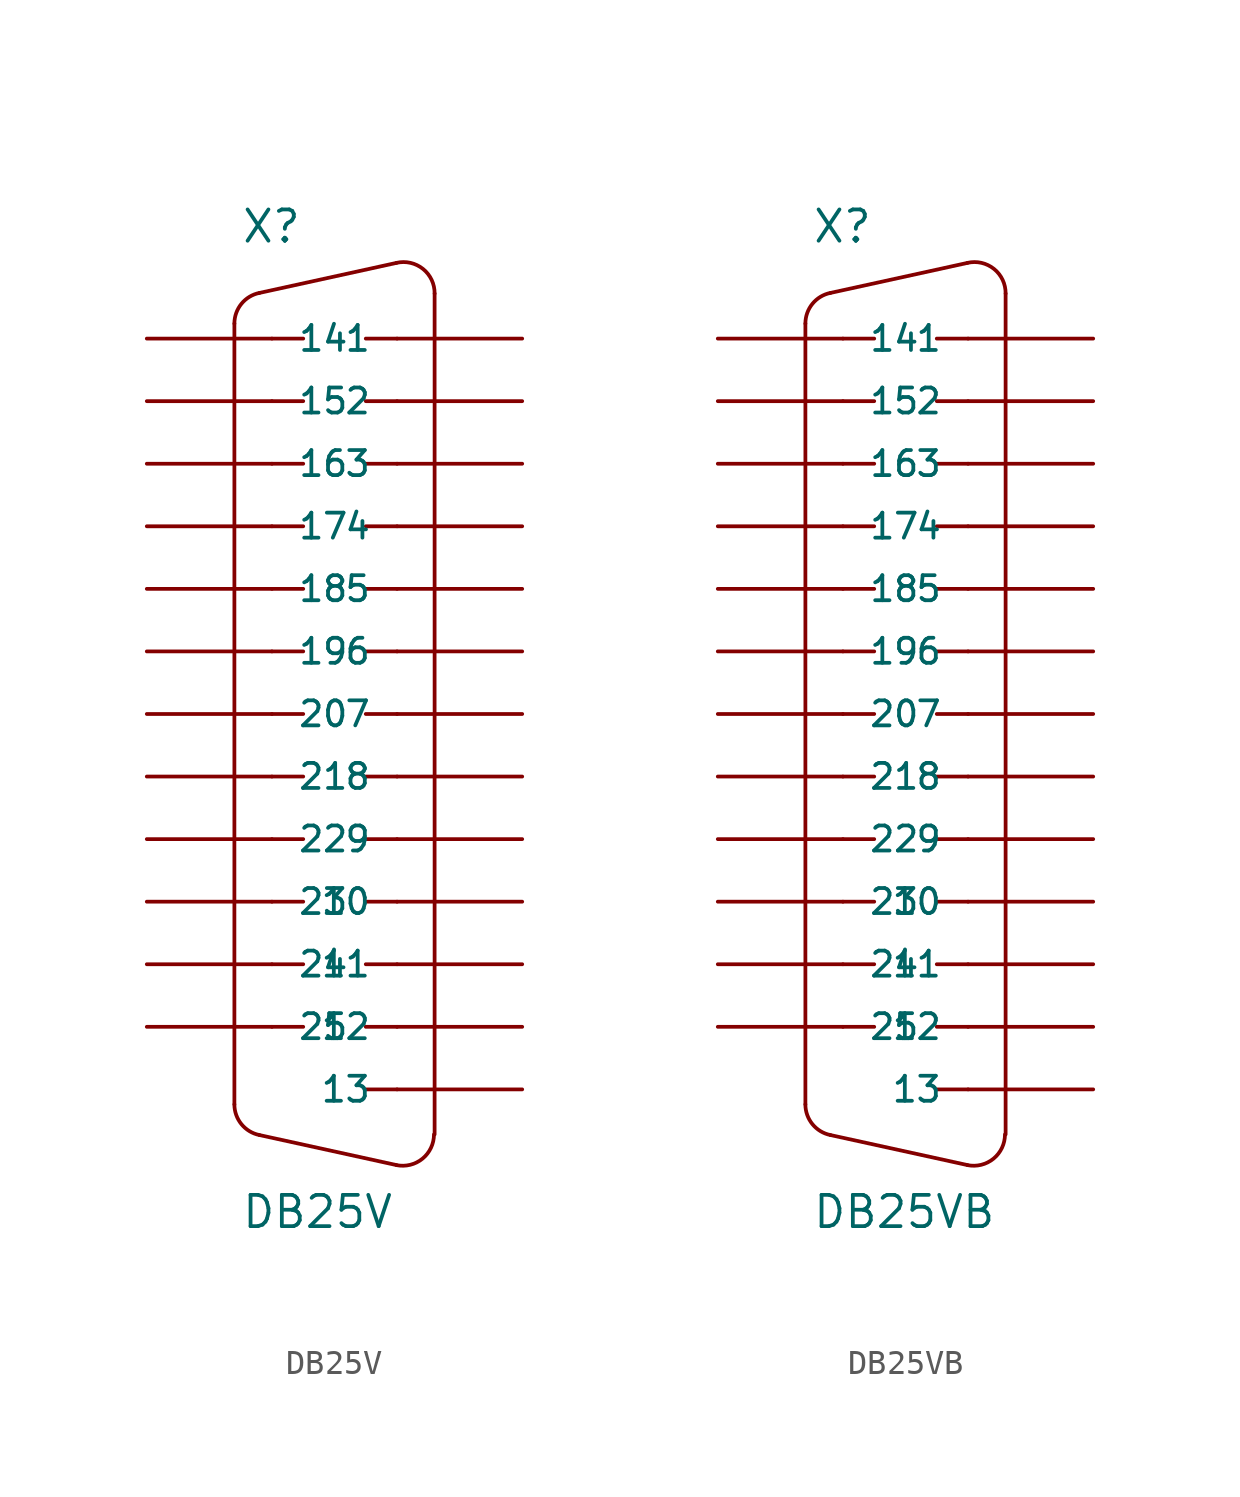
<source format=kicad_sym>
(kicad_symbol_lib
  (version 20211014)
  (generator kicad_symbol_editor)
  (symbol "DB25V"
    (pin_numbers hide)
    (pin_names
      (offset 1.016))
    (property "Reference" "X"
      (at -3.81 16.51 0)
      (effects (font (size 1.27 1.27)) (justify left bottom)))
    (property "Value" "DB25V"
      (at -3.81 -23.495 0)
      (effects (font (size 1.27 1.27)) (justify left bottom)))
    (property "Datasheet" ""
      (at 0 0 0)
      (effects (font (size 1.524 1.524))))
    (property "ki_locked" ""
      (at 0 0 0)
      (effects (font (size 1.27 1.27))))
    (symbol "DB25V_1_0"
      (polyline (pts (xy -4.064 13.31) (xy -4.064 -18.39)) (stroke (width 0) (type default) (color 0 0 0 0)) (fill (type none)))
      (polyline (pts (xy -2.54 -15.24) (xy -1.27 -15.24)) (stroke (width 0) (type default) (color 0 0 0 0)) (fill (type none)))
      (polyline (pts (xy -2.54 -12.7) (xy -1.27 -12.7)) (stroke (width 0) (type default) (color 0 0 0 0)) (fill (type none)))
      (polyline (pts (xy -2.54 -10.16) (xy -1.27 -10.16)) (stroke (width 0) (type default) (color 0 0 0 0)) (fill (type none)))
      (polyline (pts (xy -2.54 -7.62) (xy -1.27 -7.62)) (stroke (width 0) (type default) (color 0 0 0 0)) (fill (type none)))
      (polyline (pts (xy -2.54 -5.08) (xy -1.27 -5.08)) (stroke (width 0) (type default) (color 0 0 0 0)) (fill (type none)))
      (polyline (pts (xy -2.54 -2.54) (xy -1.27 -2.54)) (stroke (width 0) (type default) (color 0 0 0 0)) (fill (type none)))
      (polyline (pts (xy -2.54 0) (xy -1.27 0)) (stroke (width 0) (type default) (color 0 0 0 0)) (fill (type none)))
      (polyline (pts (xy -2.54 2.54) (xy -1.27 2.54)) (stroke (width 0) (type default) (color 0 0 0 0)) (fill (type none)))
      (polyline (pts (xy -2.54 5.08) (xy -1.27 5.08)) (stroke (width 0) (type default) (color 0 0 0 0)) (fill (type none)))
      (polyline (pts (xy -2.54 7.62) (xy -1.27 7.62)) (stroke (width 0) (type default) (color 0 0 0 0)) (fill (type none)))
      (polyline (pts (xy -2.54 10.16) (xy -1.27 10.16)) (stroke (width 0) (type default) (color 0 0 0 0)) (fill (type none)))
      (polyline (pts (xy -2.54 12.7) (xy -1.27 12.7)) (stroke (width 0) (type default) (color 0 0 0 0)) (fill (type none)))
      (polyline (pts (xy 1.27 -17.78) (xy 2.54 -17.78)) (stroke (width 0) (type default) (color 0 0 0 0)) (fill (type none)))
      (polyline (pts (xy 1.27 -15.24) (xy 2.54 -15.24)) (stroke (width 0) (type default) (color 0 0 0 0)) (fill (type none)))
      (polyline (pts (xy 1.27 -12.7) (xy 2.54 -12.7)) (stroke (width 0) (type default) (color 0 0 0 0)) (fill (type none)))
      (polyline (pts (xy 1.27 -10.16) (xy 2.54 -10.16)) (stroke (width 0) (type default) (color 0 0 0 0)) (fill (type none)))
      (polyline (pts (xy 1.27 -7.62) (xy 2.54 -7.62)) (stroke (width 0) (type default) (color 0 0 0 0)) (fill (type none)))
      (polyline (pts (xy 1.27 -5.08) (xy 2.54 -5.08)) (stroke (width 0) (type default) (color 0 0 0 0)) (fill (type none)))
      (polyline (pts (xy 1.27 -2.54) (xy 2.54 -2.54)) (stroke (width 0) (type default) (color 0 0 0 0)) (fill (type none)))
      (polyline (pts (xy 1.27 0) (xy 2.54 0)) (stroke (width 0) (type default) (color 0 0 0 0)) (fill (type none)))
      (polyline (pts (xy 1.27 2.54) (xy 2.54 2.54)) (stroke (width 0) (type default) (color 0 0 0 0)) (fill (type none)))
      (polyline (pts (xy 1.27 5.08) (xy 2.54 5.08)) (stroke (width 0) (type default) (color 0 0 0 0)) (fill (type none)))
      (polyline (pts (xy 1.27 7.62) (xy 2.54 7.62)) (stroke (width 0) (type default) (color 0 0 0 0)) (fill (type none)))
      (polyline (pts (xy 1.27 10.16) (xy 2.54 10.16)) (stroke (width 0) (type default) (color 0 0 0 0)) (fill (type none)))
      (polyline (pts (xy 1.27 12.7) (xy 2.54 12.7)) (stroke (width 0) (type default) (color 0 0 0 0)) (fill (type none)))
      (polyline (pts (xy 2.515 -20.853) (xy -3.048 -19.634)) (stroke (width 0) (type default) (color 0 0 0 0)) (fill (type none)))
      (polyline (pts (xy 2.515 15.773) (xy -3.048 14.554)) (stroke (width 0) (type default) (color 0 0 0 0)) (fill (type none)))
      (polyline (pts (xy 4.064 14.529) (xy 4.064 -19.609)) (stroke (width 0) (type default) (color 0 0 0 0)) (fill (type none))))
    (symbol "DB25V_1_1"
      (arc (start -4.064 -18.3896) (mid -3.7777 -19.1928) (end -3.048 -19.6342) (stroke (width 0) (type default) (color 0 0 0 0)) (fill (type none)))
      (arc (start -3.048 14.5542) (mid -3.7779 14.113) (end -4.064 13.3096) (stroke (width 0) (type default) (color 0 0 0 0)) (fill (type none)))
      (arc (start 2.5146 -20.8534) (mid 3.572 -20.5927) (end 4.0386 -19.6088) (stroke (width 0) (type default) (color 0 0 0 0)) (fill (type none)))
      (arc (start 4.064 14.5288) (mid 3.5879 15.5322) (end 2.5146 15.7734) (stroke (width 0) (type default) (color 0 0 0 0)) (fill (type none)))
      (pin passive line (at 7.62 12.7 180) (length 5.08) (name "1" (effects (font (size 1.016 1.016)))) (number "1" (effects (font (size 1.016 1.016)))))
      (pin passive line (at 7.62 -10.16 180) (length 5.08) (name "10" (effects (font (size 1.016 1.016)))) (number "10" (effects (font (size 1.016 1.016)))))
      (pin passive line (at 7.62 -12.7 180) (length 5.08) (name "11" (effects (font (size 1.016 1.016)))) (number "11" (effects (font (size 1.016 1.016)))))
      (pin passive line (at 7.62 -15.24 180) (length 5.08) (name "12" (effects (font (size 1.016 1.016)))) (number "12" (effects (font (size 1.016 1.016)))))
      (pin passive line (at 7.62 -17.78 180) (length 5.08) (name "13" (effects (font (size 1.016 1.016)))) (number "13" (effects (font (size 1.016 1.016)))))
      (pin passive line (at -7.62 12.7 0) (length 5.08) (name "14" (effects (font (size 1.016 1.016)))) (number "14" (effects (font (size 1.016 1.016)))))
      (pin passive line (at -7.62 10.16 0) (length 5.08) (name "15" (effects (font (size 1.016 1.016)))) (number "15" (effects (font (size 1.016 1.016)))))
      (pin passive line (at -7.62 7.62 0) (length 5.08) (name "16" (effects (font (size 1.016 1.016)))) (number "16" (effects (font (size 1.016 1.016)))))
      (pin passive line (at -7.62 5.08 0) (length 5.08) (name "17" (effects (font (size 1.016 1.016)))) (number "17" (effects (font (size 1.016 1.016)))))
      (pin passive line (at -7.62 2.54 0) (length 5.08) (name "18" (effects (font (size 1.016 1.016)))) (number "18" (effects (font (size 1.016 1.016)))))
      (pin passive line (at -7.62 0 0) (length 5.08) (name "19" (effects (font (size 1.016 1.016)))) (number "19" (effects (font (size 1.016 1.016)))))
      (pin passive line (at 7.62 10.16 180) (length 5.08) (name "2" (effects (font (size 1.016 1.016)))) (number "2" (effects (font (size 1.016 1.016)))))
      (pin passive line (at -7.62 -2.54 0) (length 5.08) (name "20" (effects (font (size 1.016 1.016)))) (number "20" (effects (font (size 1.016 1.016)))))
      (pin passive line (at -7.62 -5.08 0) (length 5.08) (name "21" (effects (font (size 1.016 1.016)))) (number "21" (effects (font (size 1.016 1.016)))))
      (pin passive line (at -7.62 -7.62 0) (length 5.08) (name "22" (effects (font (size 1.016 1.016)))) (number "22" (effects (font (size 1.016 1.016)))))
      (pin passive line (at -7.62 -10.16 0) (length 5.08) (name "23" (effects (font (size 1.016 1.016)))) (number "23" (effects (font (size 1.016 1.016)))))
      (pin passive line (at -7.62 -12.7 0) (length 5.08) (name "24" (effects (font (size 1.016 1.016)))) (number "24" (effects (font (size 1.016 1.016)))))
      (pin passive line (at -7.62 -15.24 0) (length 5.08) (name "25" (effects (font (size 1.016 1.016)))) (number "25" (effects (font (size 1.016 1.016)))))
      (pin passive line (at 7.62 7.62 180) (length 5.08) (name "3" (effects (font (size 1.016 1.016)))) (number "3" (effects (font (size 1.016 1.016)))))
      (pin passive line (at 7.62 5.08 180) (length 5.08) (name "4" (effects (font (size 1.016 1.016)))) (number "4" (effects (font (size 1.016 1.016)))))
      (pin passive line (at 7.62 2.54 180) (length 5.08) (name "5" (effects (font (size 1.016 1.016)))) (number "5" (effects (font (size 1.016 1.016)))))
      (pin passive line (at 7.62 0 180) (length 5.08) (name "6" (effects (font (size 1.016 1.016)))) (number "6" (effects (font (size 1.016 1.016)))))
      (pin passive line (at 7.62 -2.54 180) (length 5.08) (name "7" (effects (font (size 1.016 1.016)))) (number "7" (effects (font (size 1.016 1.016)))))
      (pin passive line (at 7.62 -5.08 180) (length 5.08) (name "8" (effects (font (size 1.016 1.016)))) (number "8" (effects (font (size 1.016 1.016)))))
      (pin passive line (at 7.62 -7.62 180) (length 5.08) (name "9" (effects (font (size 1.016 1.016)))) (number "9" (effects (font (size 1.016 1.016)))))))
  (symbol "DB25VB"
    (pin_numbers hide)
    (pin_names
      (offset 1.016))
    (property "Reference" "X"
      (at -3.81 16.51 0)
      (effects (font (size 1.27 1.27)) (justify left bottom)))
    (property "Value" "DB25VB"
      (at -3.81 -23.495 0)
      (effects (font (size 1.27 1.27)) (justify left bottom)))
    (property "Datasheet" ""
      (at 0 0 0)
      (effects (font (size 1.524 1.524))))
    (property "ki_locked" ""
      (at 0 0 0)
      (effects (font (size 1.27 1.27))))
    (symbol "DB25VB_1_0"
      (polyline (pts (xy -4.064 13.31) (xy -4.064 -18.39)) (stroke (width 0) (type default) (color 0 0 0 0)) (fill (type none)))
      (polyline (pts (xy -2.54 -15.24) (xy -1.27 -15.24)) (stroke (width 0) (type default) (color 0 0 0 0)) (fill (type none)))
      (polyline (pts (xy -2.54 -12.7) (xy -1.27 -12.7)) (stroke (width 0) (type default) (color 0 0 0 0)) (fill (type none)))
      (polyline (pts (xy -2.54 -10.16) (xy -1.27 -10.16)) (stroke (width 0) (type default) (color 0 0 0 0)) (fill (type none)))
      (polyline (pts (xy -2.54 -7.62) (xy -1.27 -7.62)) (stroke (width 0) (type default) (color 0 0 0 0)) (fill (type none)))
      (polyline (pts (xy -2.54 -5.08) (xy -1.27 -5.08)) (stroke (width 0) (type default) (color 0 0 0 0)) (fill (type none)))
      (polyline (pts (xy -2.54 -2.54) (xy -1.27 -2.54)) (stroke (width 0) (type default) (color 0 0 0 0)) (fill (type none)))
      (polyline (pts (xy -2.54 0) (xy -1.27 0)) (stroke (width 0) (type default) (color 0 0 0 0)) (fill (type none)))
      (polyline (pts (xy -2.54 2.54) (xy -1.27 2.54)) (stroke (width 0) (type default) (color 0 0 0 0)) (fill (type none)))
      (polyline (pts (xy -2.54 5.08) (xy -1.27 5.08)) (stroke (width 0) (type default) (color 0 0 0 0)) (fill (type none)))
      (polyline (pts (xy -2.54 7.62) (xy -1.27 7.62)) (stroke (width 0) (type default) (color 0 0 0 0)) (fill (type none)))
      (polyline (pts (xy -2.54 10.16) (xy -1.27 10.16)) (stroke (width 0) (type default) (color 0 0 0 0)) (fill (type none)))
      (polyline (pts (xy -2.54 12.7) (xy -1.27 12.7)) (stroke (width 0) (type default) (color 0 0 0 0)) (fill (type none)))
      (polyline (pts (xy 1.27 -17.78) (xy 2.54 -17.78)) (stroke (width 0) (type default) (color 0 0 0 0)) (fill (type none)))
      (polyline (pts (xy 1.27 -15.24) (xy 2.54 -15.24)) (stroke (width 0) (type default) (color 0 0 0 0)) (fill (type none)))
      (polyline (pts (xy 1.27 -12.7) (xy 2.54 -12.7)) (stroke (width 0) (type default) (color 0 0 0 0)) (fill (type none)))
      (polyline (pts (xy 1.27 -10.16) (xy 2.54 -10.16)) (stroke (width 0) (type default) (color 0 0 0 0)) (fill (type none)))
      (polyline (pts (xy 1.27 -7.62) (xy 2.54 -7.62)) (stroke (width 0) (type default) (color 0 0 0 0)) (fill (type none)))
      (polyline (pts (xy 1.27 -5.08) (xy 2.54 -5.08)) (stroke (width 0) (type default) (color 0 0 0 0)) (fill (type none)))
      (polyline (pts (xy 1.27 -2.54) (xy 2.54 -2.54)) (stroke (width 0) (type default) (color 0 0 0 0)) (fill (type none)))
      (polyline (pts (xy 1.27 0) (xy 2.54 0)) (stroke (width 0) (type default) (color 0 0 0 0)) (fill (type none)))
      (polyline (pts (xy 1.27 2.54) (xy 2.54 2.54)) (stroke (width 0) (type default) (color 0 0 0 0)) (fill (type none)))
      (polyline (pts (xy 1.27 5.08) (xy 2.54 5.08)) (stroke (width 0) (type default) (color 0 0 0 0)) (fill (type none)))
      (polyline (pts (xy 1.27 7.62) (xy 2.54 7.62)) (stroke (width 0) (type default) (color 0 0 0 0)) (fill (type none)))
      (polyline (pts (xy 1.27 10.16) (xy 2.54 10.16)) (stroke (width 0) (type default) (color 0 0 0 0)) (fill (type none)))
      (polyline (pts (xy 1.27 12.7) (xy 2.54 12.7)) (stroke (width 0) (type default) (color 0 0 0 0)) (fill (type none)))
      (polyline (pts (xy 2.515 -20.853) (xy -3.048 -19.634)) (stroke (width 0) (type default) (color 0 0 0 0)) (fill (type none)))
      (polyline (pts (xy 2.515 15.773) (xy -3.048 14.554)) (stroke (width 0) (type default) (color 0 0 0 0)) (fill (type none)))
      (polyline (pts (xy 4.064 14.529) (xy 4.064 -19.609)) (stroke (width 0) (type default) (color 0 0 0 0)) (fill (type none))))
    (symbol "DB25VB_1_1"
      (arc (start -4.064 -18.3896) (mid -3.7777 -19.1928) (end -3.048 -19.6342) (stroke (width 0) (type default) (color 0 0 0 0)) (fill (type none)))
      (arc (start -3.048 14.5542) (mid -3.7779 14.113) (end -4.064 13.3096) (stroke (width 0) (type default) (color 0 0 0 0)) (fill (type none)))
      (arc (start 2.5146 -20.8534) (mid 3.572 -20.5927) (end 4.0386 -19.6088) (stroke (width 0) (type default) (color 0 0 0 0)) (fill (type none)))
      (arc (start 4.064 14.5288) (mid 3.5879 15.5322) (end 2.5146 15.7734) (stroke (width 0) (type default) (color 0 0 0 0)) (fill (type none)))
      (pin passive line (at 7.62 12.7 180) (length 5.08) (name "1" (effects (font (size 1.016 1.016)))) (number "1" (effects (font (size 1.016 1.016)))))
      (pin passive line (at 7.62 -10.16 180) (length 5.08) (name "10" (effects (font (size 1.016 1.016)))) (number "10" (effects (font (size 1.016 1.016)))))
      (pin passive line (at 7.62 -12.7 180) (length 5.08) (name "11" (effects (font (size 1.016 1.016)))) (number "11" (effects (font (size 1.016 1.016)))))
      (pin passive line (at 7.62 -15.24 180) (length 5.08) (name "12" (effects (font (size 1.016 1.016)))) (number "12" (effects (font (size 1.016 1.016)))))
      (pin passive line (at 7.62 -17.78 180) (length 5.08) (name "13" (effects (font (size 1.016 1.016)))) (number "13" (effects (font (size 1.016 1.016)))))
      (pin passive line (at -7.62 12.7 0) (length 5.08) (name "14" (effects (font (size 1.016 1.016)))) (number "14" (effects (font (size 1.016 1.016)))))
      (pin passive line (at -7.62 10.16 0) (length 5.08) (name "15" (effects (font (size 1.016 1.016)))) (number "15" (effects (font (size 1.016 1.016)))))
      (pin passive line (at -7.62 7.62 0) (length 5.08) (name "16" (effects (font (size 1.016 1.016)))) (number "16" (effects (font (size 1.016 1.016)))))
      (pin passive line (at -7.62 5.08 0) (length 5.08) (name "17" (effects (font (size 1.016 1.016)))) (number "17" (effects (font (size 1.016 1.016)))))
      (pin passive line (at -7.62 2.54 0) (length 5.08) (name "18" (effects (font (size 1.016 1.016)))) (number "18" (effects (font (size 1.016 1.016)))))
      (pin passive line (at -7.62 0 0) (length 5.08) (name "19" (effects (font (size 1.016 1.016)))) (number "19" (effects (font (size 1.016 1.016)))))
      (pin passive line (at 7.62 10.16 180) (length 5.08) (name "2" (effects (font (size 1.016 1.016)))) (number "2" (effects (font (size 1.016 1.016)))))
      (pin passive line (at -7.62 -2.54 0) (length 5.08) (name "20" (effects (font (size 1.016 1.016)))) (number "20" (effects (font (size 1.016 1.016)))))
      (pin passive line (at -7.62 -5.08 0) (length 5.08) (name "21" (effects (font (size 1.016 1.016)))) (number "21" (effects (font (size 1.016 1.016)))))
      (pin passive line (at -7.62 -7.62 0) (length 5.08) (name "22" (effects (font (size 1.016 1.016)))) (number "22" (effects (font (size 1.016 1.016)))))
      (pin passive line (at -7.62 -10.16 0) (length 5.08) (name "23" (effects (font (size 1.016 1.016)))) (number "23" (effects (font (size 1.016 1.016)))))
      (pin passive line (at -7.62 -12.7 0) (length 5.08) (name "24" (effects (font (size 1.016 1.016)))) (number "24" (effects (font (size 1.016 1.016)))))
      (pin passive line (at -7.62 -15.24 0) (length 5.08) (name "25" (effects (font (size 1.016 1.016)))) (number "25" (effects (font (size 1.016 1.016)))))
      (pin passive line (at 7.62 7.62 180) (length 5.08) (name "3" (effects (font (size 1.016 1.016)))) (number "3" (effects (font (size 1.016 1.016)))))
      (pin passive line (at 7.62 5.08 180) (length 5.08) (name "4" (effects (font (size 1.016 1.016)))) (number "4" (effects (font (size 1.016 1.016)))))
      (pin passive line (at 7.62 2.54 180) (length 5.08) (name "5" (effects (font (size 1.016 1.016)))) (number "5" (effects (font (size 1.016 1.016)))))
      (pin passive line (at 7.62 0 180) (length 5.08) (name "6" (effects (font (size 1.016 1.016)))) (number "6" (effects (font (size 1.016 1.016)))))
      (pin passive line (at 7.62 -2.54 180) (length 5.08) (name "7" (effects (font (size 1.016 1.016)))) (number "7" (effects (font (size 1.016 1.016)))))
      (pin passive line (at 7.62 -5.08 180) (length 5.08) (name "8" (effects (font (size 1.016 1.016)))) (number "8" (effects (font (size 1.016 1.016)))))
      (pin passive line (at 7.62 -7.62 180) (length 5.08) (name "9" (effects (font (size 1.016 1.016)))) (number "9" (effects (font (size 1.016 1.016))))))))
</source>
